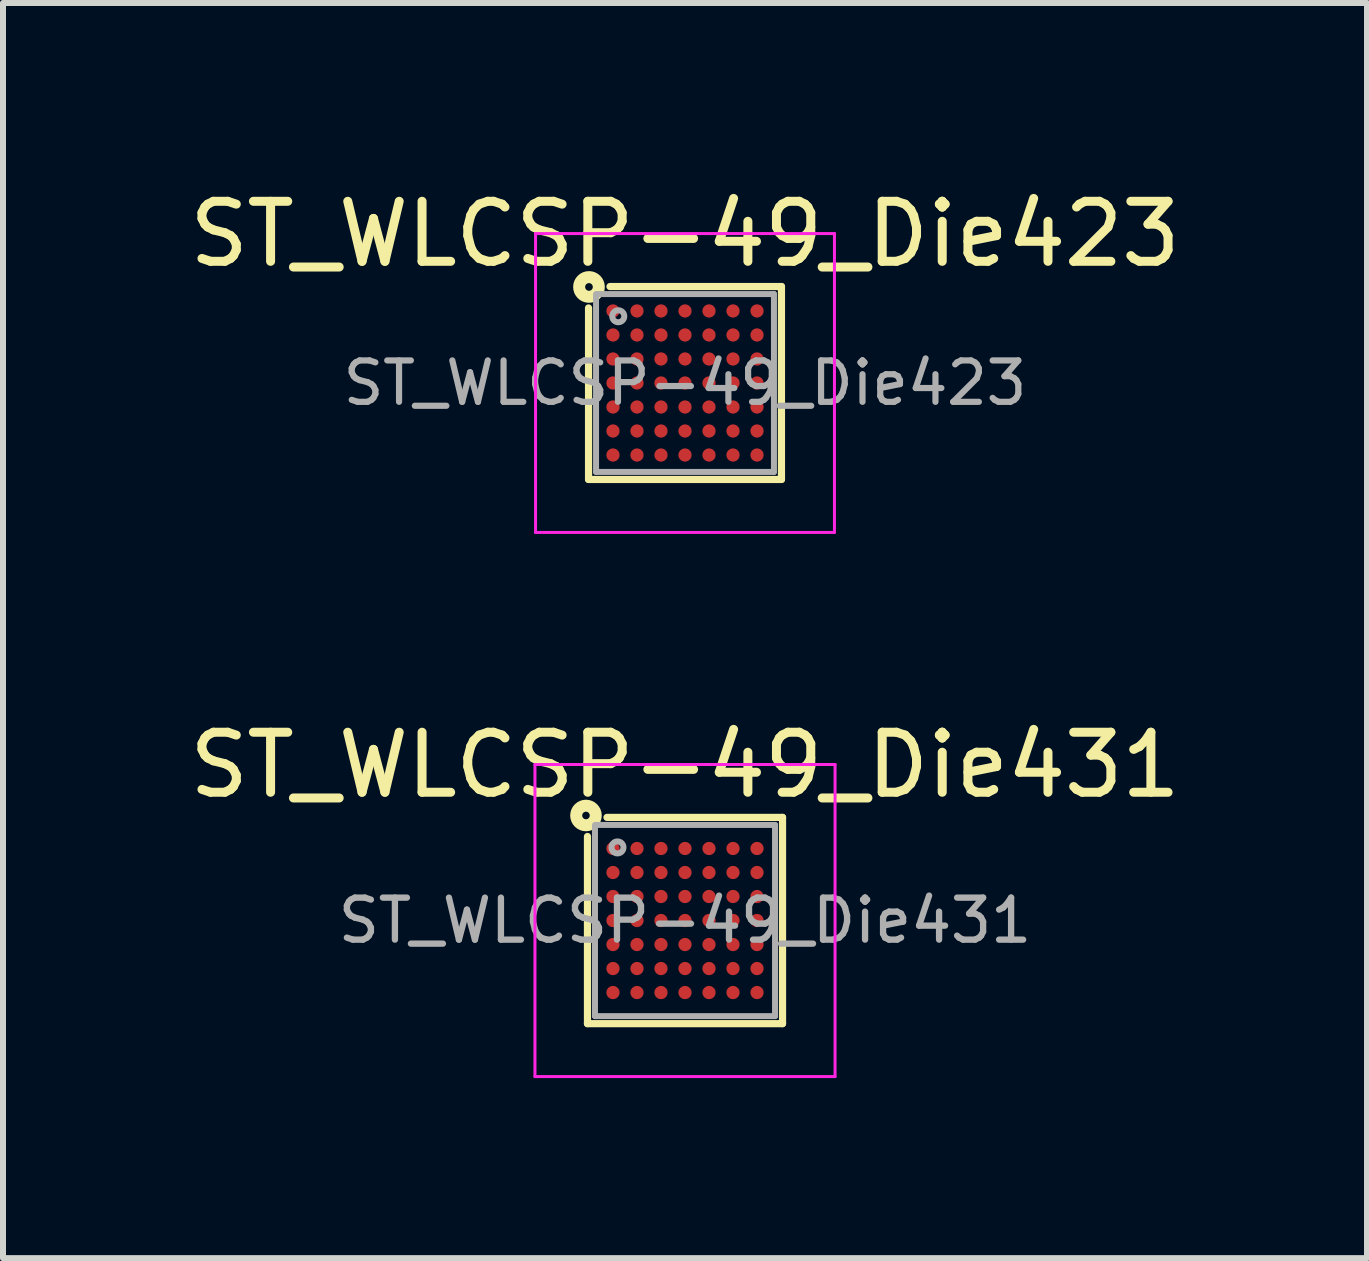
<source format=kicad_pcb>
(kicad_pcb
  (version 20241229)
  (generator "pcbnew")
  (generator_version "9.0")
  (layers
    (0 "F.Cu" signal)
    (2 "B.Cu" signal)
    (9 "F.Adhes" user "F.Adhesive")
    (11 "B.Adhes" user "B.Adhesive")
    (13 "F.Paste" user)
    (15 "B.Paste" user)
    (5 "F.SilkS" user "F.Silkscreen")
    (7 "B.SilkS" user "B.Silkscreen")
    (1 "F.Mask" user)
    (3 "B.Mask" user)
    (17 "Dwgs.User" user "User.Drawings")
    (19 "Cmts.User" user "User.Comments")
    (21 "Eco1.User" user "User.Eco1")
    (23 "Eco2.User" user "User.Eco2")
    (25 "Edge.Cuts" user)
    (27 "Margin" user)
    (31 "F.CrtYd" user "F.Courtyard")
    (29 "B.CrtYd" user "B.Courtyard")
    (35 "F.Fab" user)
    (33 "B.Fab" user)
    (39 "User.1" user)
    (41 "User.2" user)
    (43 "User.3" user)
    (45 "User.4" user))
  (footprint "ST_WLCSP-49_Die423"
    (layer "F.Cu")
    (at 8.363 3.331)
    (property "Reference" "ST_WLCSP-49_Die423" (at 0 -2.482 0) (layer "F.SilkS") (effects (font (size 1 1) (thickness 0.15))))
    (attr smd)
    (fp_line (start -1.607 1.607) (end -1.607 -1.25) (stroke (width 0.12) (type solid)) (layer "F.SilkS"))
    (fp_line (start -1.25 -1.607) (end 1.607 -1.607) (stroke (width 0.12) (type solid)) (layer "F.SilkS"))
    (fp_line (start 1.607 -1.607) (end 1.607 1.607) (stroke (width 0.12) (type solid)) (layer "F.SilkS"))
    (fp_line (start 1.607 1.607) (end -1.607 1.607) (stroke (width 0.12) (type solid)) (layer "F.SilkS"))
    (fp_circle (center -1.6 -1.6) (end -1.536 -1.6) (stroke (width 0.2) (type solid)) (fill no) (layer "F.SilkS"))
    (fp_line (start -2.49 -2.49) (end -2.49 2.49) (stroke (width 0.05) (type solid)) (layer "F.CrtYd"))
    (fp_line (start -2.49 2.49) (end 2.49 2.49) (stroke (width 0.05) (type solid)) (layer "F.CrtYd"))
    (fp_line (start 2.49 -2.49) (end -2.49 -2.49) (stroke (width 0.05) (type solid)) (layer "F.CrtYd"))
    (fp_line (start 2.49 2.49) (end 2.49 -2.49) (stroke (width 0.05) (type solid)) (layer "F.CrtYd"))
    (fp_line (start -1.482 1.482) (end -1.482 -1.48) (stroke (width 0.1) (type solid)) (layer "F.Fab"))
    (fp_line (start -1.47 -1.482) (end 1.482 -1.482) (stroke (width 0.1) (type solid)) (layer "F.Fab"))
    (fp_line (start 1.482 -1.482) (end 1.482 1.482) (stroke (width 0.1) (type solid)) (layer "F.Fab"))
    (fp_line (start 1.482 1.482) (end -1.482 1.482) (stroke (width 0.1) (type solid)) (layer "F.Fab"))
    (fp_circle (center -1.112 -1.112) (end -1.012 -1.112) (stroke (width 0.1) (type solid)) (fill no) (layer "F.Fab"))
    (fp_text user "${REFERENCE}" (at 0 0 0) (layer "F.Fab") (effects (font (size 0.69 0.69) (thickness 0.103))))
    (pad "A1" smd circle (at -1.2 -1.2) (size 0.22 0.22) (layers "F.Cu" "F.Mask" "F.Paste"))
    (pad "A2" smd circle (at -0.8 -1.2) (size 0.22 0.22) (layers "F.Cu" "F.Mask" "F.Paste"))
    (pad "A3" smd circle (at -0.4 -1.2) (size 0.22 0.22) (layers "F.Cu" "F.Mask" "F.Paste"))
    (pad "A4" smd circle (at 0 -1.2) (size 0.22 0.22) (layers "F.Cu" "F.Mask" "F.Paste"))
    (pad "A5" smd circle (at 0.4 -1.2) (size 0.22 0.22) (layers "F.Cu" "F.Mask" "F.Paste"))
    (pad "A6" smd circle (at 0.8 -1.2) (size 0.22 0.22) (layers "F.Cu" "F.Mask" "F.Paste"))
    (pad "A7" smd circle (at 1.2 -1.2) (size 0.22 0.22) (layers "F.Cu" "F.Mask" "F.Paste"))
    (pad "B1" smd circle (at -1.2 -0.8) (size 0.22 0.22) (layers "F.Cu" "F.Mask" "F.Paste"))
    (pad "B2" smd circle (at -0.8 -0.8) (size 0.22 0.22) (layers "F.Cu" "F.Mask" "F.Paste"))
    (pad "B3" smd circle (at -0.4 -0.8) (size 0.22 0.22) (layers "F.Cu" "F.Mask" "F.Paste"))
    (pad "B4" smd circle (at 0 -0.8) (size 0.22 0.22) (layers "F.Cu" "F.Mask" "F.Paste"))
    (pad "B5" smd circle (at 0.4 -0.8) (size 0.22 0.22) (layers "F.Cu" "F.Mask" "F.Paste"))
    (pad "B6" smd circle (at 0.8 -0.8) (size 0.22 0.22) (layers "F.Cu" "F.Mask" "F.Paste"))
    (pad "B7" smd circle (at 1.2 -0.8) (size 0.22 0.22) (layers "F.Cu" "F.Mask" "F.Paste"))
    (pad "C1" smd circle (at -1.2 -0.4) (size 0.22 0.22) (layers "F.Cu" "F.Mask" "F.Paste"))
    (pad "C2" smd circle (at -0.8 -0.4) (size 0.22 0.22) (layers "F.Cu" "F.Mask" "F.Paste"))
    (pad "C3" smd circle (at -0.4 -0.4) (size 0.22 0.22) (layers "F.Cu" "F.Mask" "F.Paste"))
    (pad "C4" smd circle (at 0 -0.4) (size 0.22 0.22) (layers "F.Cu" "F.Mask" "F.Paste"))
    (pad "C5" smd circle (at 0.4 -0.4) (size 0.22 0.22) (layers "F.Cu" "F.Mask" "F.Paste"))
    (pad "C6" smd circle (at 0.8 -0.4) (size 0.22 0.22) (layers "F.Cu" "F.Mask" "F.Paste"))
    (pad "C7" smd circle (at 1.2 -0.4) (size 0.22 0.22) (layers "F.Cu" "F.Mask" "F.Paste"))
    (pad "D1" smd circle (at -1.2 0) (size 0.22 0.22) (layers "F.Cu" "F.Mask" "F.Paste"))
    (pad "D2" smd circle (at -0.8 0) (size 0.22 0.22) (layers "F.Cu" "F.Mask" "F.Paste"))
    (pad "D3" smd circle (at -0.4 0) (size 0.22 0.22) (layers "F.Cu" "F.Mask" "F.Paste"))
    (pad "D4" smd circle (at 0 0) (size 0.22 0.22) (layers "F.Cu" "F.Mask" "F.Paste"))
    (pad "D5" smd circle (at 0.4 0) (size 0.22 0.22) (layers "F.Cu" "F.Mask" "F.Paste"))
    (pad "D6" smd circle (at 0.8 0) (size 0.22 0.22) (layers "F.Cu" "F.Mask" "F.Paste"))
    (pad "D7" smd circle (at 1.2 0) (size 0.22 0.22) (layers "F.Cu" "F.Mask" "F.Paste"))
    (pad "E1" smd circle (at -1.2 0.4) (size 0.22 0.22) (layers "F.Cu" "F.Mask" "F.Paste"))
    (pad "E2" smd circle (at -0.8 0.4) (size 0.22 0.22) (layers "F.Cu" "F.Mask" "F.Paste"))
    (pad "E3" smd circle (at -0.4 0.4) (size 0.22 0.22) (layers "F.Cu" "F.Mask" "F.Paste"))
    (pad "E4" smd circle (at 0 0.4) (size 0.22 0.22) (layers "F.Cu" "F.Mask" "F.Paste"))
    (pad "E5" smd circle (at 0.4 0.4) (size 0.22 0.22) (layers "F.Cu" "F.Mask" "F.Paste"))
    (pad "E6" smd circle (at 0.8 0.4) (size 0.22 0.22) (layers "F.Cu" "F.Mask" "F.Paste"))
    (pad "E7" smd circle (at 1.2 0.4) (size 0.22 0.22) (layers "F.Cu" "F.Mask" "F.Paste"))
    (pad "F1" smd circle (at -1.2 0.8) (size 0.22 0.22) (layers "F.Cu" "F.Mask" "F.Paste"))
    (pad "F2" smd circle (at -0.8 0.8) (size 0.22 0.22) (layers "F.Cu" "F.Mask" "F.Paste"))
    (pad "F3" smd circle (at -0.4 0.8) (size 0.22 0.22) (layers "F.Cu" "F.Mask" "F.Paste"))
    (pad "F4" smd circle (at 0 0.8) (size 0.22 0.22) (layers "F.Cu" "F.Mask" "F.Paste"))
    (pad "F5" smd circle (at 0.4 0.8) (size 0.22 0.22) (layers "F.Cu" "F.Mask" "F.Paste"))
    (pad "F6" smd circle (at 0.8 0.8) (size 0.22 0.22) (layers "F.Cu" "F.Mask" "F.Paste"))
    (pad "F7" smd circle (at 1.2 0.8) (size 0.22 0.22) (layers "F.Cu" "F.Mask" "F.Paste"))
    (pad "G1" smd circle (at -1.2 1.2) (size 0.22 0.22) (layers "F.Cu" "F.Mask" "F.Paste"))
    (pad "G2" smd circle (at -0.8 1.2) (size 0.22 0.22) (layers "F.Cu" "F.Mask" "F.Paste"))
    (pad "G3" smd circle (at -0.4 1.2) (size 0.22 0.22) (layers "F.Cu" "F.Mask" "F.Paste"))
    (pad "G4" smd circle (at 0 1.2) (size 0.22 0.22) (layers "F.Cu" "F.Mask" "F.Paste"))
    (pad "G5" smd circle (at 0.4 1.2) (size 0.22 0.22) (layers "F.Cu" "F.Mask" "F.Paste"))
    (pad "G6" smd circle (at 0.8 1.2) (size 0.22 0.22) (layers "F.Cu" "F.Mask" "F.Paste"))
    (pad "G7" smd circle (at 1.2 1.2) (size 0.22 0.22) (layers "F.Cu" "F.Mask" "F.Paste")))
  (footprint "ST_WLCSP-49_Die431"
    (layer "F.Cu")
    (at 8.363 12.287)
    (property "Reference" "ST_WLCSP-49_Die431" (at 0 -2.592 0) (layer "F.SilkS") (effects (font (size 1 1) (thickness 0.15))))
    (attr smd)
    (fp_line (start -1.625 1.718) (end -1.625 -1.4) (stroke (width 0.12) (type solid)) (layer "F.SilkS"))
    (fp_line (start -1.3 -1.718) (end 1.625 -1.718) (stroke (width 0.12) (type solid)) (layer "F.SilkS"))
    (fp_line (start 1.625 -1.718) (end 1.625 1.718) (stroke (width 0.12) (type solid)) (layer "F.SilkS"))
    (fp_line (start 1.625 1.718) (end -1.625 1.718) (stroke (width 0.12) (type solid)) (layer "F.SilkS"))
    (fp_circle (center -1.65 -1.75) (end -1.587 -1.75) (stroke (width 0.2) (type solid)) (fill no) (layer "F.SilkS"))
    (fp_line (start -2.5 -2.6) (end -2.5 2.6) (stroke (width 0.05) (type solid)) (layer "F.CrtYd"))
    (fp_line (start -2.5 2.6) (end 2.5 2.6) (stroke (width 0.05) (type solid)) (layer "F.CrtYd"))
    (fp_line (start 2.5 -2.6) (end -2.5 -2.6) (stroke (width 0.05) (type solid)) (layer "F.CrtYd"))
    (fp_line (start 2.5 2.6) (end 2.5 -2.6) (stroke (width 0.05) (type solid)) (layer "F.CrtYd"))
    (fp_line (start -1.5 1.593) (end -1.5 -1.59) (stroke (width 0.1) (type solid)) (layer "F.Fab"))
    (fp_line (start -1.49 -1.593) (end 1.5 -1.593) (stroke (width 0.1) (type solid)) (layer "F.Fab"))
    (fp_line (start 1.5 -1.593) (end 1.5 1.593) (stroke (width 0.1) (type solid)) (layer "F.Fab"))
    (fp_line (start 1.5 1.593) (end -1.5 1.593) (stroke (width 0.1) (type solid)) (layer "F.Fab"))
    (fp_circle (center -1.125 -1.218) (end -1.025 -1.218) (stroke (width 0.1) (type solid)) (fill no) (layer "F.Fab"))
    (fp_text user "${REFERENCE}" (at 0 0 0) (layer "F.Fab") (effects (font (size 0.7 0.7) (thickness 0.105))))
    (pad "A1" smd circle (at -1.2 -1.2) (size 0.22 0.22) (layers "F.Cu" "F.Mask" "F.Paste"))
    (pad "A2" smd circle (at -0.8 -1.2) (size 0.22 0.22) (layers "F.Cu" "F.Mask" "F.Paste"))
    (pad "A3" smd circle (at -0.4 -1.2) (size 0.22 0.22) (layers "F.Cu" "F.Mask" "F.Paste"))
    (pad "A4" smd circle (at 0 -1.2) (size 0.22 0.22) (layers "F.Cu" "F.Mask" "F.Paste"))
    (pad "A5" smd circle (at 0.4 -1.2) (size 0.22 0.22) (layers "F.Cu" "F.Mask" "F.Paste"))
    (pad "A6" smd circle (at 0.8 -1.2) (size 0.22 0.22) (layers "F.Cu" "F.Mask" "F.Paste"))
    (pad "A7" smd circle (at 1.2 -1.2) (size 0.22 0.22) (layers "F.Cu" "F.Mask" "F.Paste"))
    (pad "B1" smd circle (at -1.2 -0.8) (size 0.22 0.22) (layers "F.Cu" "F.Mask" "F.Paste"))
    (pad "B2" smd circle (at -0.8 -0.8) (size 0.22 0.22) (layers "F.Cu" "F.Mask" "F.Paste"))
    (pad "B3" smd circle (at -0.4 -0.8) (size 0.22 0.22) (layers "F.Cu" "F.Mask" "F.Paste"))
    (pad "B4" smd circle (at 0 -0.8) (size 0.22 0.22) (layers "F.Cu" "F.Mask" "F.Paste"))
    (pad "B5" smd circle (at 0.4 -0.8) (size 0.22 0.22) (layers "F.Cu" "F.Mask" "F.Paste"))
    (pad "B6" smd circle (at 0.8 -0.8) (size 0.22 0.22) (layers "F.Cu" "F.Mask" "F.Paste"))
    (pad "B7" smd circle (at 1.2 -0.8) (size 0.22 0.22) (layers "F.Cu" "F.Mask" "F.Paste"))
    (pad "C1" smd circle (at -1.2 -0.4) (size 0.22 0.22) (layers "F.Cu" "F.Mask" "F.Paste"))
    (pad "C2" smd circle (at -0.8 -0.4) (size 0.22 0.22) (layers "F.Cu" "F.Mask" "F.Paste"))
    (pad "C3" smd circle (at -0.4 -0.4) (size 0.22 0.22) (layers "F.Cu" "F.Mask" "F.Paste"))
    (pad "C4" smd circle (at 0 -0.4) (size 0.22 0.22) (layers "F.Cu" "F.Mask" "F.Paste"))
    (pad "C5" smd circle (at 0.4 -0.4) (size 0.22 0.22) (layers "F.Cu" "F.Mask" "F.Paste"))
    (pad "C6" smd circle (at 0.8 -0.4) (size 0.22 0.22) (layers "F.Cu" "F.Mask" "F.Paste"))
    (pad "C7" smd circle (at 1.2 -0.4) (size 0.22 0.22) (layers "F.Cu" "F.Mask" "F.Paste"))
    (pad "D1" smd circle (at -1.2 0) (size 0.22 0.22) (layers "F.Cu" "F.Mask" "F.Paste"))
    (pad "D2" smd circle (at -0.8 0) (size 0.22 0.22) (layers "F.Cu" "F.Mask" "F.Paste"))
    (pad "D3" smd circle (at -0.4 0) (size 0.22 0.22) (layers "F.Cu" "F.Mask" "F.Paste"))
    (pad "D4" smd circle (at 0 0) (size 0.22 0.22) (layers "F.Cu" "F.Mask" "F.Paste"))
    (pad "D5" smd circle (at 0.4 0) (size 0.22 0.22) (layers "F.Cu" "F.Mask" "F.Paste"))
    (pad "D6" smd circle (at 0.8 0) (size 0.22 0.22) (layers "F.Cu" "F.Mask" "F.Paste"))
    (pad "D7" smd circle (at 1.2 0) (size 0.22 0.22) (layers "F.Cu" "F.Mask" "F.Paste"))
    (pad "E1" smd circle (at -1.2 0.4) (size 0.22 0.22) (layers "F.Cu" "F.Mask" "F.Paste"))
    (pad "E2" smd circle (at -0.8 0.4) (size 0.22 0.22) (layers "F.Cu" "F.Mask" "F.Paste"))
    (pad "E3" smd circle (at -0.4 0.4) (size 0.22 0.22) (layers "F.Cu" "F.Mask" "F.Paste"))
    (pad "E4" smd circle (at 0 0.4) (size 0.22 0.22) (layers "F.Cu" "F.Mask" "F.Paste"))
    (pad "E5" smd circle (at 0.4 0.4) (size 0.22 0.22) (layers "F.Cu" "F.Mask" "F.Paste"))
    (pad "E6" smd circle (at 0.8 0.4) (size 0.22 0.22) (layers "F.Cu" "F.Mask" "F.Paste"))
    (pad "E7" smd circle (at 1.2 0.4) (size 0.22 0.22) (layers "F.Cu" "F.Mask" "F.Paste"))
    (pad "F1" smd circle (at -1.2 0.8) (size 0.22 0.22) (layers "F.Cu" "F.Mask" "F.Paste"))
    (pad "F2" smd circle (at -0.8 0.8) (size 0.22 0.22) (layers "F.Cu" "F.Mask" "F.Paste"))
    (pad "F3" smd circle (at -0.4 0.8) (size 0.22 0.22) (layers "F.Cu" "F.Mask" "F.Paste"))
    (pad "F4" smd circle (at 0 0.8) (size 0.22 0.22) (layers "F.Cu" "F.Mask" "F.Paste"))
    (pad "F5" smd circle (at 0.4 0.8) (size 0.22 0.22) (layers "F.Cu" "F.Mask" "F.Paste"))
    (pad "F6" smd circle (at 0.8 0.8) (size 0.22 0.22) (layers "F.Cu" "F.Mask" "F.Paste"))
    (pad "F7" smd circle (at 1.2 0.8) (size 0.22 0.22) (layers "F.Cu" "F.Mask" "F.Paste"))
    (pad "G1" smd circle (at -1.2 1.2) (size 0.22 0.22) (layers "F.Cu" "F.Mask" "F.Paste"))
    (pad "G2" smd circle (at -0.8 1.2) (size 0.22 0.22) (layers "F.Cu" "F.Mask" "F.Paste"))
    (pad "G3" smd circle (at -0.4 1.2) (size 0.22 0.22) (layers "F.Cu" "F.Mask" "F.Paste"))
    (pad "G4" smd circle (at 0 1.2) (size 0.22 0.22) (layers "F.Cu" "F.Mask" "F.Paste"))
    (pad "G5" smd circle (at 0.4 1.2) (size 0.22 0.22) (layers "F.Cu" "F.Mask" "F.Paste"))
    (pad "G6" smd circle (at 0.8 1.2) (size 0.22 0.22) (layers "F.Cu" "F.Mask" "F.Paste"))
    (pad "G7" smd circle (at 1.2 1.2) (size 0.22 0.22) (layers "F.Cu" "F.Mask" "F.Paste")))
  (gr_rect
    (start -3 -3)
    (end 19.726 17.912)
    (stroke (width 0.1) (type default))
    (fill no)
    (layer "Edge.Cuts")))
</source>
